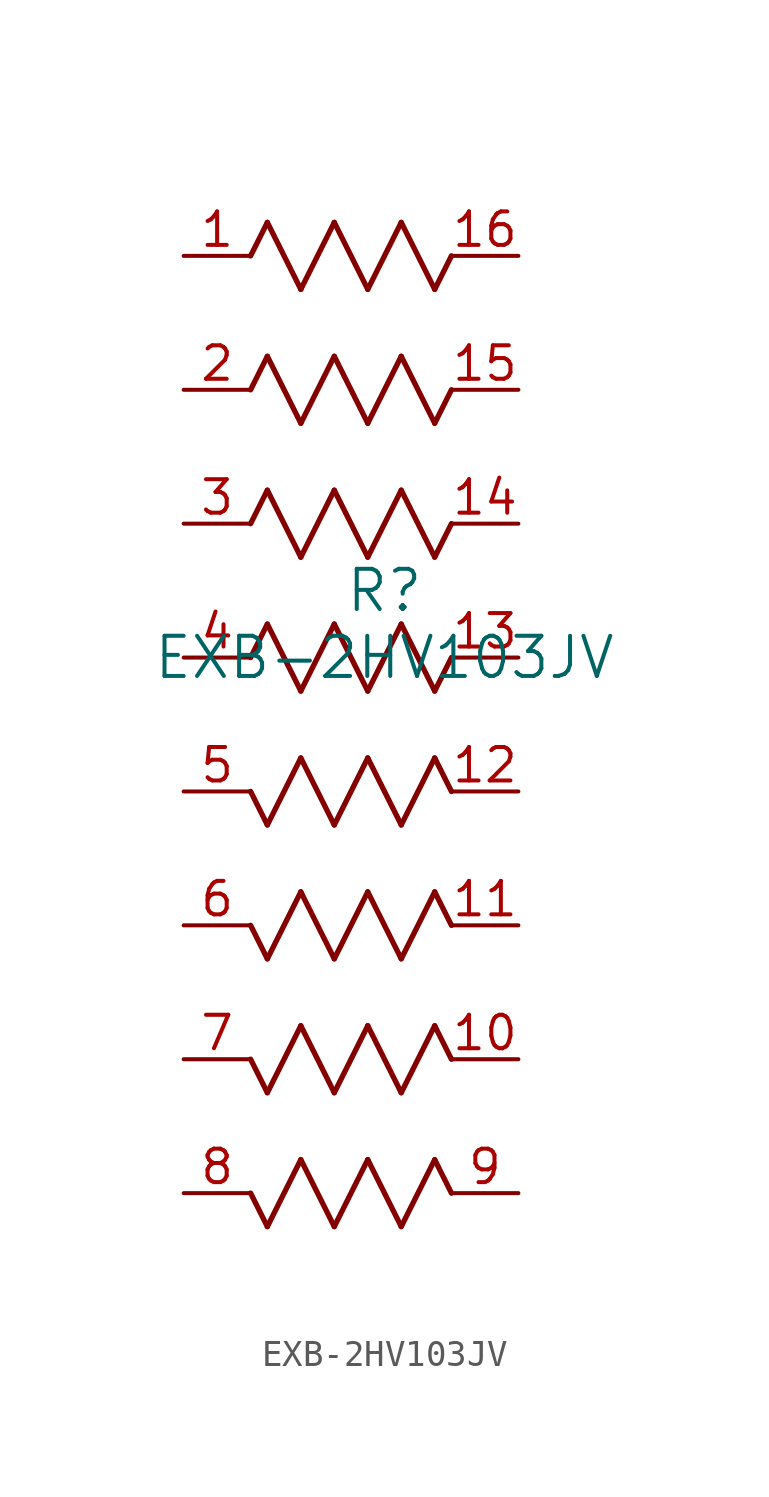
<source format=kicad_sym>
(kicad_symbol_lib
  (version 20211014)
  (generator kicad_symbol_editor)
  (symbol "EXB-2HV103JV"
    (pin_names
      (offset 0.254))
    (property "Reference" "R"
      (at 7.62 -12.7 0)
      (effects (font (size 1.524 1.524))))
    (property "Value" "EXB-2HV103JV"
      (at 7.62 -15.24 0)
      (effects (font (size 1.524 1.524))))
    (symbol "EXB-2HV103JV_0_1"
      (polyline (pts (xy 3.175 1.27) (xy 4.445 -1.27)) (stroke (width 0.203) (type default) (color 0 0 0 0)) (fill (type none)))
      (polyline (pts (xy 4.445 -1.27) (xy 5.715 1.27)) (stroke (width 0.203) (type default) (color 0 0 0 0)) (fill (type none)))
      (polyline (pts (xy 5.715 1.27) (xy 6.985 -1.27)) (stroke (width 0.203) (type default) (color 0 0 0 0)) (fill (type none)))
      (polyline (pts (xy 6.985 -1.27) (xy 8.255 1.27)) (stroke (width 0.203) (type default) (color 0 0 0 0)) (fill (type none)))
      (polyline (pts (xy 8.255 1.27) (xy 9.525 -1.27)) (stroke (width 0.203) (type default) (color 0 0 0 0)) (fill (type none)))
      (polyline (pts (xy 2.54 0) (xy 3.175 1.27)) (stroke (width 0.203) (type default) (color 0 0 0 0)) (fill (type none)))
      (polyline (pts (xy 9.525 -1.27) (xy 10.16 0)) (stroke (width 0.203) (type default) (color 0 0 0 0)) (fill (type none)))
      (polyline (pts (xy 3.175 -3.81) (xy 4.445 -6.35)) (stroke (width 0.203) (type default) (color 0 0 0 0)) (fill (type none)))
      (polyline (pts (xy 4.445 -6.35) (xy 5.715 -3.81)) (stroke (width 0.203) (type default) (color 0 0 0 0)) (fill (type none)))
      (polyline (pts (xy 5.715 -3.81) (xy 6.985 -6.35)) (stroke (width 0.203) (type default) (color 0 0 0 0)) (fill (type none)))
      (polyline (pts (xy 6.985 -6.35) (xy 8.255 -3.81)) (stroke (width 0.203) (type default) (color 0 0 0 0)) (fill (type none)))
      (polyline (pts (xy 8.255 -3.81) (xy 9.525 -6.35)) (stroke (width 0.203) (type default) (color 0 0 0 0)) (fill (type none)))
      (polyline (pts (xy 2.54 -5.08) (xy 3.175 -3.81)) (stroke (width 0.203) (type default) (color 0 0 0 0)) (fill (type none)))
      (polyline (pts (xy 9.525 -6.35) (xy 10.16 -5.08)) (stroke (width 0.203) (type default) (color 0 0 0 0)) (fill (type none)))
      (polyline (pts (xy 3.175 -8.89) (xy 4.445 -11.43)) (stroke (width 0.203) (type default) (color 0 0 0 0)) (fill (type none)))
      (polyline (pts (xy 4.445 -11.43) (xy 5.715 -8.89)) (stroke (width 0.203) (type default) (color 0 0 0 0)) (fill (type none)))
      (polyline (pts (xy 5.715 -8.89) (xy 6.985 -11.43)) (stroke (width 0.203) (type default) (color 0 0 0 0)) (fill (type none)))
      (polyline (pts (xy 6.985 -11.43) (xy 8.255 -8.89)) (stroke (width 0.203) (type default) (color 0 0 0 0)) (fill (type none)))
      (polyline (pts (xy 8.255 -8.89) (xy 9.525 -11.43)) (stroke (width 0.203) (type default) (color 0 0 0 0)) (fill (type none)))
      (polyline (pts (xy 2.54 -10.16) (xy 3.175 -8.89)) (stroke (width 0.203) (type default) (color 0 0 0 0)) (fill (type none)))
      (polyline (pts (xy 9.525 -11.43) (xy 10.16 -10.16)) (stroke (width 0.203) (type default) (color 0 0 0 0)) (fill (type none)))
      (polyline (pts (xy 3.175 -13.97) (xy 4.445 -16.51)) (stroke (width 0.203) (type default) (color 0 0 0 0)) (fill (type none)))
      (polyline (pts (xy 4.445 -16.51) (xy 5.715 -13.97)) (stroke (width 0.203) (type default) (color 0 0 0 0)) (fill (type none)))
      (polyline (pts (xy 5.715 -13.97) (xy 6.985 -16.51)) (stroke (width 0.203) (type default) (color 0 0 0 0)) (fill (type none)))
      (polyline (pts (xy 6.985 -16.51) (xy 8.255 -13.97)) (stroke (width 0.203) (type default) (color 0 0 0 0)) (fill (type none)))
      (polyline (pts (xy 8.255 -13.97) (xy 9.525 -16.51)) (stroke (width 0.203) (type default) (color 0 0 0 0)) (fill (type none)))
      (polyline (pts (xy 2.54 -15.24) (xy 3.175 -13.97)) (stroke (width 0.203) (type default) (color 0 0 0 0)) (fill (type none)))
      (polyline (pts (xy 9.525 -16.51) (xy 10.16 -15.24)) (stroke (width 0.203) (type default) (color 0 0 0 0)) (fill (type none)))
      (polyline (pts (xy 9.525 -34.29) (xy 8.255 -36.83)) (stroke (width 0.203) (type default) (color 0 0 0 0)) (fill (type none)))
      (polyline (pts (xy 8.255 -36.83) (xy 6.985 -34.29)) (stroke (width 0.203) (type default) (color 0 0 0 0)) (fill (type none)))
      (polyline (pts (xy 6.985 -34.29) (xy 5.715 -36.83)) (stroke (width 0.203) (type default) (color 0 0 0 0)) (fill (type none)))
      (polyline (pts (xy 5.715 -36.83) (xy 4.445 -34.29)) (stroke (width 0.203) (type default) (color 0 0 0 0)) (fill (type none)))
      (polyline (pts (xy 4.445 -34.29) (xy 3.175 -36.83)) (stroke (width 0.203) (type default) (color 0 0 0 0)) (fill (type none)))
      (polyline (pts (xy 10.16 -35.56) (xy 9.525 -34.29)) (stroke (width 0.203) (type default) (color 0 0 0 0)) (fill (type none)))
      (polyline (pts (xy 3.175 -36.83) (xy 2.54 -35.56)) (stroke (width 0.203) (type default) (color 0 0 0 0)) (fill (type none)))
      (polyline (pts (xy 9.525 -29.21) (xy 8.255 -31.75)) (stroke (width 0.203) (type default) (color 0 0 0 0)) (fill (type none)))
      (polyline (pts (xy 8.255 -31.75) (xy 6.985 -29.21)) (stroke (width 0.203) (type default) (color 0 0 0 0)) (fill (type none)))
      (polyline (pts (xy 6.985 -29.21) (xy 5.715 -31.75)) (stroke (width 0.203) (type default) (color 0 0 0 0)) (fill (type none)))
      (polyline (pts (xy 5.715 -31.75) (xy 4.445 -29.21)) (stroke (width 0.203) (type default) (color 0 0 0 0)) (fill (type none)))
      (polyline (pts (xy 4.445 -29.21) (xy 3.175 -31.75)) (stroke (width 0.203) (type default) (color 0 0 0 0)) (fill (type none)))
      (polyline (pts (xy 10.16 -30.48) (xy 9.525 -29.21)) (stroke (width 0.203) (type default) (color 0 0 0 0)) (fill (type none)))
      (polyline (pts (xy 3.175 -31.75) (xy 2.54 -30.48)) (stroke (width 0.203) (type default) (color 0 0 0 0)) (fill (type none)))
      (polyline (pts (xy 9.525 -24.13) (xy 8.255 -26.67)) (stroke (width 0.203) (type default) (color 0 0 0 0)) (fill (type none)))
      (polyline (pts (xy 8.255 -26.67) (xy 6.985 -24.13)) (stroke (width 0.203) (type default) (color 0 0 0 0)) (fill (type none)))
      (polyline (pts (xy 6.985 -24.13) (xy 5.715 -26.67)) (stroke (width 0.203) (type default) (color 0 0 0 0)) (fill (type none)))
      (polyline (pts (xy 5.715 -26.67) (xy 4.445 -24.13)) (stroke (width 0.203) (type default) (color 0 0 0 0)) (fill (type none)))
      (polyline (pts (xy 4.445 -24.13) (xy 3.175 -26.67)) (stroke (width 0.203) (type default) (color 0 0 0 0)) (fill (type none)))
      (polyline (pts (xy 10.16 -25.4) (xy 9.525 -24.13)) (stroke (width 0.203) (type default) (color 0 0 0 0)) (fill (type none)))
      (polyline (pts (xy 3.175 -26.67) (xy 2.54 -25.4)) (stroke (width 0.203) (type default) (color 0 0 0 0)) (fill (type none)))
      (polyline (pts (xy 9.525 -19.05) (xy 8.255 -21.59)) (stroke (width 0.203) (type default) (color 0 0 0 0)) (fill (type none)))
      (polyline (pts (xy 8.255 -21.59) (xy 6.985 -19.05)) (stroke (width 0.203) (type default) (color 0 0 0 0)) (fill (type none)))
      (polyline (pts (xy 6.985 -19.05) (xy 5.715 -21.59)) (stroke (width 0.203) (type default) (color 0 0 0 0)) (fill (type none)))
      (polyline (pts (xy 5.715 -21.59) (xy 4.445 -19.05)) (stroke (width 0.203) (type default) (color 0 0 0 0)) (fill (type none)))
      (polyline (pts (xy 4.445 -19.05) (xy 3.175 -21.59)) (stroke (width 0.203) (type default) (color 0 0 0 0)) (fill (type none)))
      (polyline (pts (xy 10.16 -20.32) (xy 9.525 -19.05)) (stroke (width 0.203) (type default) (color 0 0 0 0)) (fill (type none)))
      (polyline (pts (xy 3.175 -21.59) (xy 2.54 -20.32)) (stroke (width 0.203) (type default) (color 0 0 0 0)) (fill (type none)))
      (pin unspecified line (at 0 0 0) (length 2.54) (name "" (effects (font (size 1.27 1.27)))) (number "1" (effects (font (size 1.27 1.27)))))
      (pin unspecified line (at 12.7 0 180) (length 2.54) (name "" (effects (font (size 1.27 1.27)))) (number "16" (effects (font (size 1.27 1.27)))))
      (pin unspecified line (at 0 -5.08 0) (length 2.54) (name "" (effects (font (size 1.27 1.27)))) (number "2" (effects (font (size 1.27 1.27)))))
      (pin unspecified line (at 12.7 -5.08 180) (length 2.54) (name "" (effects (font (size 1.27 1.27)))) (number "15" (effects (font (size 1.27 1.27)))))
      (pin unspecified line (at 0 -10.16 0) (length 2.54) (name "" (effects (font (size 1.27 1.27)))) (number "3" (effects (font (size 1.27 1.27)))))
      (pin unspecified line (at 12.7 -10.16 180) (length 2.54) (name "" (effects (font (size 1.27 1.27)))) (number "14" (effects (font (size 1.27 1.27)))))
      (pin unspecified line (at 0 -15.24 0) (length 2.54) (name "" (effects (font (size 1.27 1.27)))) (number "4" (effects (font (size 1.27 1.27)))))
      (pin unspecified line (at 12.7 -15.24 180) (length 2.54) (name "" (effects (font (size 1.27 1.27)))) (number "13" (effects (font (size 1.27 1.27)))))
      (pin unspecified line (at 12.7 -30.48 180) (length 2.54) (name "" (effects (font (size 1.27 1.27)))) (number "10" (effects (font (size 1.27 1.27)))))
      (pin unspecified line (at 12.7 -25.4 180) (length 2.54) (name "" (effects (font (size 1.27 1.27)))) (number "11" (effects (font (size 1.27 1.27)))))
      (pin unspecified line (at 12.7 -20.32 180) (length 2.54) (name "" (effects (font (size 1.27 1.27)))) (number "12" (effects (font (size 1.27 1.27)))))
      (pin unspecified line (at 12.7 -35.56 180) (length 2.54) (name "" (effects (font (size 1.27 1.27)))) (number "9" (effects (font (size 1.27 1.27)))))
      (pin unspecified line (at 0 -35.56 0) (length 2.54) (name "" (effects (font (size 1.27 1.27)))) (number "8" (effects (font (size 1.27 1.27)))))
      (pin unspecified line (at 0 -30.48 0) (length 2.54) (name "" (effects (font (size 1.27 1.27)))) (number "7" (effects (font (size 1.27 1.27)))))
      (pin unspecified line (at 0 -25.4 0) (length 2.54) (name "" (effects (font (size 1.27 1.27)))) (number "6" (effects (font (size 1.27 1.27)))))
      (pin unspecified line (at 0 -20.32 0) (length 2.54) (name "" (effects (font (size 1.27 1.27)))) (number "5" (effects (font (size 1.27 1.27))))))))
</source>
